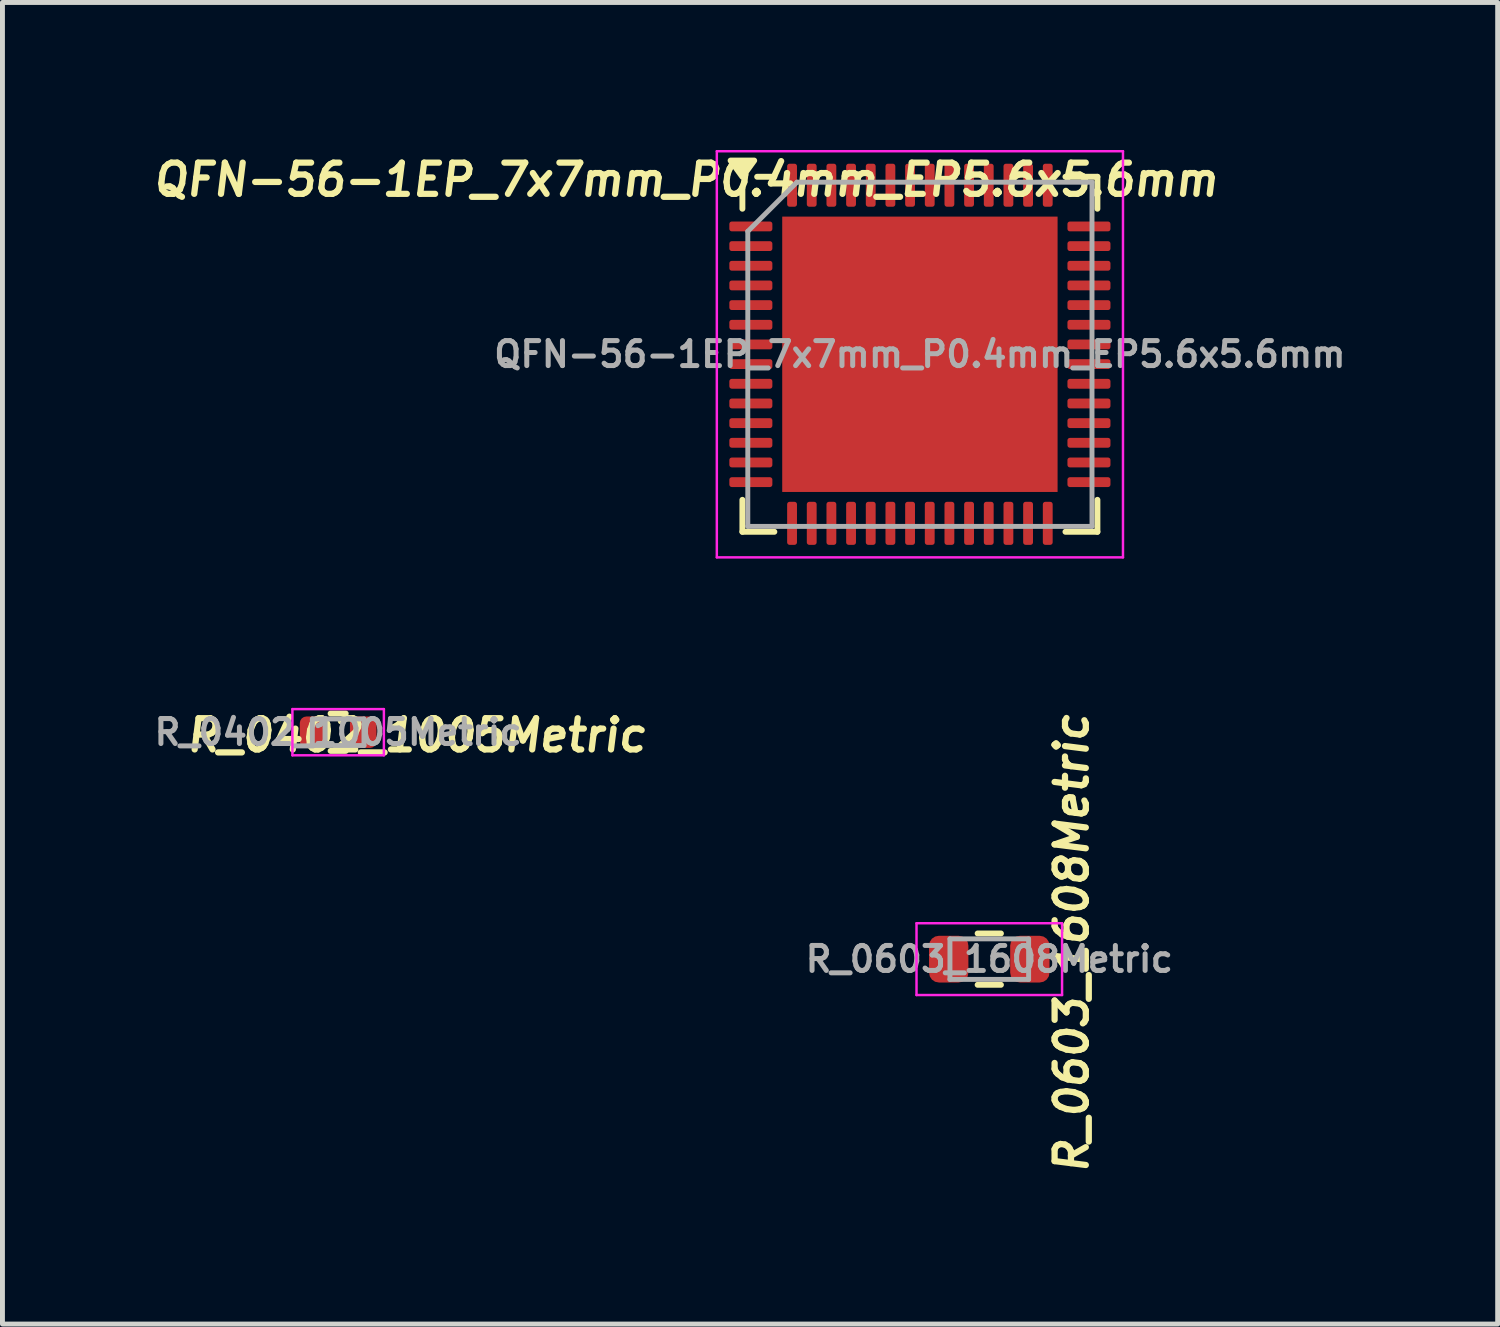
<source format=kicad_pcb>
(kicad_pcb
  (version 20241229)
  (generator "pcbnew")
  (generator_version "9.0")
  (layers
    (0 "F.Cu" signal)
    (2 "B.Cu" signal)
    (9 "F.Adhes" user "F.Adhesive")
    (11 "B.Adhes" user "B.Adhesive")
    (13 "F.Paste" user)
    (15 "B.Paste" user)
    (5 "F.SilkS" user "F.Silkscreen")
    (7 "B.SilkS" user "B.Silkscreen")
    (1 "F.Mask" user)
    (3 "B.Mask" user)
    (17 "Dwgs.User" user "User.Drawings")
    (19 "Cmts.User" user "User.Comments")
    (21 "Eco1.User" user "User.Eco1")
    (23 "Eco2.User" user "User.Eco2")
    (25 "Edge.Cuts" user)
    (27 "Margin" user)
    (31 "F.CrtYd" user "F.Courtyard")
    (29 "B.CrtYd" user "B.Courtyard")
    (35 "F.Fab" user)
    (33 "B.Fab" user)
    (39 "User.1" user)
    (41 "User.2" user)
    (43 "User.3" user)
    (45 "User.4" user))
  (footprint "QFN-56-1EP_7x7mm_P0.4mm_EP5.6x5.6mm"
    (layer "F.Cu")
    (at 15.658 4.155)
    (property "Reference" "QFN-56-1EP_7x7mm_P0.4mm_EP5.6x5.6mm" (at -4.761 -3.55 0) (unlocked yes) (layer "F.SilkS") (effects (font (size 0.635 0.635) (thickness 0.127) (italic yes))))
    (attr smd)
    (fp_line (start -3.61 -2.96) (end -3.61 -3.37) (stroke (width 0.12) (type solid)) (layer "F.SilkS"))
    (fp_line (start -3.61 3.61) (end -3.61 2.96) (stroke (width 0.12) (type solid)) (layer "F.SilkS"))
    (fp_line (start -2.96 -3.61) (end -3.31 -3.61) (stroke (width 0.12) (type solid)) (layer "F.SilkS"))
    (fp_line (start -2.96 3.61) (end -3.61 3.61) (stroke (width 0.12) (type solid)) (layer "F.SilkS"))
    (fp_line (start 2.96 -3.61) (end 3.61 -3.61) (stroke (width 0.12) (type solid)) (layer "F.SilkS"))
    (fp_line (start 2.96 3.61) (end 3.61 3.61) (stroke (width 0.12) (type solid)) (layer "F.SilkS"))
    (fp_line (start 3.61 -3.61) (end 3.61 -2.96) (stroke (width 0.12) (type solid)) (layer "F.SilkS"))
    (fp_line (start 3.61 3.61) (end 3.61 2.96) (stroke (width 0.12) (type solid)) (layer "F.SilkS"))
    (fp_poly (pts (xy -3.61 -3.61) (xy -3.85 -3.94) (xy -3.37 -3.94) (xy -3.61 -3.61)) (stroke (width 0.12) (type solid)) (fill yes) (layer "F.SilkS"))
    (fp_line (start -4.13 -4.13) (end -4.13 4.13) (stroke (width 0.05) (type solid)) (layer "F.CrtYd"))
    (fp_line (start -4.13 4.13) (end 4.13 4.13) (stroke (width 0.05) (type solid)) (layer "F.CrtYd"))
    (fp_line (start 4.13 -4.13) (end -4.13 -4.13) (stroke (width 0.05) (type solid)) (layer "F.CrtYd"))
    (fp_line (start 4.13 4.13) (end 4.13 -4.13) (stroke (width 0.05) (type solid)) (layer "F.CrtYd"))
    (fp_line (start -3.5 -2.5) (end -2.5 -3.5) (stroke (width 0.1) (type solid)) (layer "F.Fab"))
    (fp_line (start -3.5 3.5) (end -3.5 -2.5) (stroke (width 0.1) (type solid)) (layer "F.Fab"))
    (fp_line (start -2.5 -3.5) (end 3.5 -3.5) (stroke (width 0.1) (type solid)) (layer "F.Fab"))
    (fp_line (start 3.5 -3.5) (end 3.5 3.5) (stroke (width 0.1) (type solid)) (layer "F.Fab"))
    (fp_line (start 3.5 3.5) (end -3.5 3.5) (stroke (width 0.1) (type solid)) (layer "F.Fab"))
    (fp_text user "${REFERENCE}" (at 0 0 0) (unlocked yes) (layer "F.Fab") (effects (font (size 0.508 0.508) (thickness 0.102))))
    (pad "" smd roundrect (at -2.1 -2.1) (size 1.13 1.13) (layers "F.Paste") (roundrect_rratio 0.221))
    (pad "" smd roundrect (at -2.1 -0.7) (size 1.13 1.13) (layers "F.Paste") (roundrect_rratio 0.221))
    (pad "" smd roundrect (at -2.1 0.7) (size 1.13 1.13) (layers "F.Paste") (roundrect_rratio 0.221))
    (pad "" smd roundrect (at -2.1 2.1) (size 1.13 1.13) (layers "F.Paste") (roundrect_rratio 0.221))
    (pad "" smd roundrect (at -0.7 -2.1) (size 1.13 1.13) (layers "F.Paste") (roundrect_rratio 0.221))
    (pad "" smd roundrect (at -0.7 -0.7) (size 1.13 1.13) (layers "F.Paste") (roundrect_rratio 0.221))
    (pad "" smd roundrect (at -0.7 0.7) (size 1.13 1.13) (layers "F.Paste") (roundrect_rratio 0.221))
    (pad "" smd roundrect (at -0.7 2.1) (size 1.13 1.13) (layers "F.Paste") (roundrect_rratio 0.221))
    (pad "" smd roundrect (at 0.7 -2.1) (size 1.13 1.13) (layers "F.Paste") (roundrect_rratio 0.221))
    (pad "" smd roundrect (at 0.7 -0.7) (size 1.13 1.13) (layers "F.Paste") (roundrect_rratio 0.221))
    (pad "" smd roundrect (at 0.7 0.7) (size 1.13 1.13) (layers "F.Paste") (roundrect_rratio 0.221))
    (pad "" smd roundrect (at 0.7 2.1) (size 1.13 1.13) (layers "F.Paste") (roundrect_rratio 0.221))
    (pad "" smd roundrect (at 2.1 -2.1) (size 1.13 1.13) (layers "F.Paste") (roundrect_rratio 0.221))
    (pad "" smd roundrect (at 2.1 -0.7) (size 1.13 1.13) (layers "F.Paste") (roundrect_rratio 0.221))
    (pad "" smd roundrect (at 2.1 0.7) (size 1.13 1.13) (layers "F.Paste") (roundrect_rratio 0.221))
    (pad "" smd roundrect (at 2.1 2.1) (size 1.13 1.13) (layers "F.Paste") (roundrect_rratio 0.221))
    (pad "1" smd roundrect (at -3.438 -2.6) (size 0.875 0.2) (layers "F.Cu" "F.Mask" "F.Paste") (roundrect_rratio 0.25))
    (pad "2" smd roundrect (at -3.438 -2.2) (size 0.875 0.2) (layers "F.Cu" "F.Mask" "F.Paste") (roundrect_rratio 0.25))
    (pad "3" smd roundrect (at -3.438 -1.8) (size 0.875 0.2) (layers "F.Cu" "F.Mask" "F.Paste") (roundrect_rratio 0.25))
    (pad "4" smd roundrect (at -3.438 -1.4) (size 0.875 0.2) (layers "F.Cu" "F.Mask" "F.Paste") (roundrect_rratio 0.25))
    (pad "5" smd roundrect (at -3.438 -1) (size 0.875 0.2) (layers "F.Cu" "F.Mask" "F.Paste") (roundrect_rratio 0.25))
    (pad "6" smd roundrect (at -3.438 -0.6) (size 0.875 0.2) (layers "F.Cu" "F.Mask" "F.Paste") (roundrect_rratio 0.25))
    (pad "7" smd roundrect (at -3.438 -0.2) (size 0.875 0.2) (layers "F.Cu" "F.Mask" "F.Paste") (roundrect_rratio 0.25))
    (pad "8" smd roundrect (at -3.438 0.2) (size 0.875 0.2) (layers "F.Cu" "F.Mask" "F.Paste") (roundrect_rratio 0.25))
    (pad "9" smd roundrect (at -3.438 0.6) (size 0.875 0.2) (layers "F.Cu" "F.Mask" "F.Paste") (roundrect_rratio 0.25))
    (pad "10" smd roundrect (at -3.438 1) (size 0.875 0.2) (layers "F.Cu" "F.Mask" "F.Paste") (roundrect_rratio 0.25))
    (pad "11" smd roundrect (at -3.438 1.4) (size 0.875 0.2) (layers "F.Cu" "F.Mask" "F.Paste") (roundrect_rratio 0.25))
    (pad "12" smd roundrect (at -3.438 1.8) (size 0.875 0.2) (layers "F.Cu" "F.Mask" "F.Paste") (roundrect_rratio 0.25))
    (pad "13" smd roundrect (at -3.438 2.2) (size 0.875 0.2) (layers "F.Cu" "F.Mask" "F.Paste") (roundrect_rratio 0.25))
    (pad "14" smd roundrect (at -3.438 2.6) (size 0.875 0.2) (layers "F.Cu" "F.Mask" "F.Paste") (roundrect_rratio 0.25))
    (pad "15" smd roundrect (at -2.6 3.438) (size 0.2 0.875) (layers "F.Cu" "F.Mask" "F.Paste") (roundrect_rratio 0.25))
    (pad "16" smd roundrect (at -2.2 3.438) (size 0.2 0.875) (layers "F.Cu" "F.Mask" "F.Paste") (roundrect_rratio 0.25))
    (pad "17" smd roundrect (at -1.8 3.438) (size 0.2 0.875) (layers "F.Cu" "F.Mask" "F.Paste") (roundrect_rratio 0.25))
    (pad "18" smd roundrect (at -1.4 3.438) (size 0.2 0.875) (layers "F.Cu" "F.Mask" "F.Paste") (roundrect_rratio 0.25))
    (pad "19" smd roundrect (at -1 3.438) (size 0.2 0.875) (layers "F.Cu" "F.Mask" "F.Paste") (roundrect_rratio 0.25))
    (pad "20" smd roundrect (at -0.6 3.438) (size 0.2 0.875) (layers "F.Cu" "F.Mask" "F.Paste") (roundrect_rratio 0.25))
    (pad "21" smd roundrect (at -0.2 3.438) (size 0.2 0.875) (layers "F.Cu" "F.Mask" "F.Paste") (roundrect_rratio 0.25))
    (pad "22" smd roundrect (at 0.2 3.438) (size 0.2 0.875) (layers "F.Cu" "F.Mask" "F.Paste") (roundrect_rratio 0.25))
    (pad "23" smd roundrect (at 0.6 3.438) (size 0.2 0.875) (layers "F.Cu" "F.Mask" "F.Paste") (roundrect_rratio 0.25))
    (pad "24" smd roundrect (at 1 3.438) (size 0.2 0.875) (layers "F.Cu" "F.Mask" "F.Paste") (roundrect_rratio 0.25))
    (pad "25" smd roundrect (at 1.4 3.438) (size 0.2 0.875) (layers "F.Cu" "F.Mask" "F.Paste") (roundrect_rratio 0.25))
    (pad "26" smd roundrect (at 1.8 3.438) (size 0.2 0.875) (layers "F.Cu" "F.Mask" "F.Paste") (roundrect_rratio 0.25))
    (pad "27" smd roundrect (at 2.2 3.438) (size 0.2 0.875) (layers "F.Cu" "F.Mask" "F.Paste") (roundrect_rratio 0.25))
    (pad "28" smd roundrect (at 2.6 3.438) (size 0.2 0.875) (layers "F.Cu" "F.Mask" "F.Paste") (roundrect_rratio 0.25))
    (pad "29" smd roundrect (at 3.438 2.6) (size 0.875 0.2) (layers "F.Cu" "F.Mask" "F.Paste") (roundrect_rratio 0.25))
    (pad "30" smd roundrect (at 3.438 2.2) (size 0.875 0.2) (layers "F.Cu" "F.Mask" "F.Paste") (roundrect_rratio 0.25))
    (pad "31" smd roundrect (at 3.438 1.8) (size 0.875 0.2) (layers "F.Cu" "F.Mask" "F.Paste") (roundrect_rratio 0.25))
    (pad "32" smd roundrect (at 3.438 1.4) (size 0.875 0.2) (layers "F.Cu" "F.Mask" "F.Paste") (roundrect_rratio 0.25))
    (pad "33" smd roundrect (at 3.438 1) (size 0.875 0.2) (layers "F.Cu" "F.Mask" "F.Paste") (roundrect_rratio 0.25))
    (pad "34" smd roundrect (at 3.438 0.6) (size 0.875 0.2) (layers "F.Cu" "F.Mask" "F.Paste") (roundrect_rratio 0.25))
    (pad "35" smd roundrect (at 3.438 0.2) (size 0.875 0.2) (layers "F.Cu" "F.Mask" "F.Paste") (roundrect_rratio 0.25))
    (pad "36" smd roundrect (at 3.438 -0.2) (size 0.875 0.2) (layers "F.Cu" "F.Mask" "F.Paste") (roundrect_rratio 0.25))
    (pad "37" smd roundrect (at 3.438 -0.6) (size 0.875 0.2) (layers "F.Cu" "F.Mask" "F.Paste") (roundrect_rratio 0.25))
    (pad "38" smd roundrect (at 3.438 -1) (size 0.875 0.2) (layers "F.Cu" "F.Mask" "F.Paste") (roundrect_rratio 0.25))
    (pad "39" smd roundrect (at 3.438 -1.4) (size 0.875 0.2) (layers "F.Cu" "F.Mask" "F.Paste") (roundrect_rratio 0.25))
    (pad "40" smd roundrect (at 3.438 -1.8) (size 0.875 0.2) (layers "F.Cu" "F.Mask" "F.Paste") (roundrect_rratio 0.25))
    (pad "41" smd roundrect (at 3.438 -2.2) (size 0.875 0.2) (layers "F.Cu" "F.Mask" "F.Paste") (roundrect_rratio 0.25))
    (pad "42" smd roundrect (at 3.438 -2.6) (size 0.875 0.2) (layers "F.Cu" "F.Mask" "F.Paste") (roundrect_rratio 0.25))
    (pad "43" smd roundrect (at 2.6 -3.438) (size 0.2 0.875) (layers "F.Cu" "F.Mask" "F.Paste") (roundrect_rratio 0.25))
    (pad "44" smd roundrect (at 2.2 -3.438) (size 0.2 0.875) (layers "F.Cu" "F.Mask" "F.Paste") (roundrect_rratio 0.25))
    (pad "45" smd roundrect (at 1.8 -3.438) (size 0.2 0.875) (layers "F.Cu" "F.Mask" "F.Paste") (roundrect_rratio 0.25))
    (pad "46" smd roundrect (at 1.4 -3.438) (size 0.2 0.875) (layers "F.Cu" "F.Mask" "F.Paste") (roundrect_rratio 0.25))
    (pad "47" smd roundrect (at 1 -3.438) (size 0.2 0.875) (layers "F.Cu" "F.Mask" "F.Paste") (roundrect_rratio 0.25))
    (pad "48" smd roundrect (at 0.6 -3.438) (size 0.2 0.875) (layers "F.Cu" "F.Mask" "F.Paste") (roundrect_rratio 0.25))
    (pad "49" smd roundrect (at 0.2 -3.438) (size 0.2 0.875) (layers "F.Cu" "F.Mask" "F.Paste") (roundrect_rratio 0.25))
    (pad "50" smd roundrect (at -0.2 -3.438) (size 0.2 0.875) (layers "F.Cu" "F.Mask" "F.Paste") (roundrect_rratio 0.25))
    (pad "51" smd roundrect (at -0.6 -3.438) (size 0.2 0.875) (layers "F.Cu" "F.Mask" "F.Paste") (roundrect_rratio 0.25))
    (pad "52" smd roundrect (at -1 -3.438) (size 0.2 0.875) (layers "F.Cu" "F.Mask" "F.Paste") (roundrect_rratio 0.25))
    (pad "53" smd roundrect (at -1.4 -3.438) (size 0.2 0.875) (layers "F.Cu" "F.Mask" "F.Paste") (roundrect_rratio 0.25))
    (pad "54" smd roundrect (at -1.8 -3.438) (size 0.2 0.875) (layers "F.Cu" "F.Mask" "F.Paste") (roundrect_rratio 0.25))
    (pad "55" smd roundrect (at -2.2 -3.438) (size 0.2 0.875) (layers "F.Cu" "F.Mask" "F.Paste") (roundrect_rratio 0.25))
    (pad "56" smd roundrect (at -2.6 -3.438) (size 0.2 0.875) (layers "F.Cu" "F.Mask" "F.Paste") (roundrect_rratio 0.25))
    (pad "57" smd rect (at 0 0) (size 5.6 5.6) (property pad_prop_heatsink) (layers "F.Cu" "F.Mask")))
  (footprint "R_0603_1608Metric"
    (layer "F.Cu")
    (at 17.069 16.456)
    (property "Reference" "R_0603_1608Metric" (at 1.676 -0.323 90) (unlocked yes) (layer "F.SilkS") (effects (font (size 0.635 0.635) (thickness 0.127) (italic yes))))
    (attr smd)
    (fp_line (start -0.237 -0.522) (end 0.237 -0.522) (stroke (width 0.12) (type solid)) (layer "F.SilkS"))
    (fp_line (start -0.237 0.522) (end 0.237 0.522) (stroke (width 0.12) (type solid)) (layer "F.SilkS"))
    (fp_line (start -1.48 -0.73) (end 1.48 -0.73) (stroke (width 0.05) (type solid)) (layer "F.CrtYd"))
    (fp_line (start -1.48 0.73) (end -1.48 -0.73) (stroke (width 0.05) (type solid)) (layer "F.CrtYd"))
    (fp_line (start 1.48 -0.73) (end 1.48 0.73) (stroke (width 0.05) (type solid)) (layer "F.CrtYd"))
    (fp_line (start 1.48 0.73) (end -1.48 0.73) (stroke (width 0.05) (type solid)) (layer "F.CrtYd"))
    (fp_line (start -0.8 -0.412) (end 0.8 -0.412) (stroke (width 0.1) (type solid)) (layer "F.Fab"))
    (fp_line (start -0.8 0.412) (end -0.8 -0.412) (stroke (width 0.1) (type solid)) (layer "F.Fab"))
    (fp_line (start 0.8 -0.412) (end 0.8 0.412) (stroke (width 0.1) (type solid)) (layer "F.Fab"))
    (fp_line (start 0.8 0.412) (end -0.8 0.412) (stroke (width 0.1) (type solid)) (layer "F.Fab"))
    (fp_text user "${REFERENCE}" (at 0 0 0) (unlocked yes) (layer "F.Fab") (effects (font (size 0.508 0.508) (thickness 0.102))))
    (pad "1" smd roundrect (at -0.825 0) (size 0.8 0.95) (layers "F.Cu" "F.Mask" "F.Paste") (roundrect_rratio 0.25))
    (pad "2" smd roundrect (at 0.825 0) (size 0.8 0.95) (layers "F.Cu" "F.Mask" "F.Paste") (roundrect_rratio 0.25)))
  (footprint "R_0402_1005Metric"
    (layer "F.Cu")
    (at 3.827 11.841)
    (property "Reference" "R_0402_1005Metric" (at 1.591 0.063 0) (unlocked yes) (layer "F.SilkS") (effects (font (size 0.635 0.635) (thickness 0.127) (italic yes))))
    (attr smd)
    (fp_line (start -0.154 -0.38) (end 0.154 -0.38) (stroke (width 0.12) (type solid)) (layer "F.SilkS"))
    (fp_line (start -0.154 0.38) (end 0.154 0.38) (stroke (width 0.12) (type solid)) (layer "F.SilkS"))
    (fp_line (start -0.93 -0.47) (end 0.93 -0.47) (stroke (width 0.05) (type solid)) (layer "F.CrtYd"))
    (fp_line (start -0.93 0.47) (end -0.93 -0.47) (stroke (width 0.05) (type solid)) (layer "F.CrtYd"))
    (fp_line (start 0.93 -0.47) (end 0.93 0.47) (stroke (width 0.05) (type solid)) (layer "F.CrtYd"))
    (fp_line (start 0.93 0.47) (end -0.93 0.47) (stroke (width 0.05) (type solid)) (layer "F.CrtYd"))
    (fp_line (start -0.525 -0.27) (end 0.525 -0.27) (stroke (width 0.1) (type solid)) (layer "F.Fab"))
    (fp_line (start -0.525 0.27) (end -0.525 -0.27) (stroke (width 0.1) (type solid)) (layer "F.Fab"))
    (fp_line (start 0.525 -0.27) (end 0.525 0.27) (stroke (width 0.1) (type solid)) (layer "F.Fab"))
    (fp_line (start 0.525 0.27) (end -0.525 0.27) (stroke (width 0.1) (type solid)) (layer "F.Fab"))
    (fp_text user "${REFERENCE}" (at 0 0 0) (unlocked yes) (layer "F.Fab") (effects (font (size 0.508 0.508) (thickness 0.102))))
    (pad "1" smd roundrect (at -0.51 0) (size 0.54 0.64) (layers "F.Cu" "F.Mask" "F.Paste") (roundrect_rratio 0.25))
    (pad "2" smd roundrect (at 0.51 0) (size 0.54 0.64) (layers "F.Cu" "F.Mask" "F.Paste") (roundrect_rratio 0.25)))
  (gr_rect
    (start -3 -3)
    (end 27.408 23.877)
    (stroke (width 0.1) (type default))
    (fill no)
    (layer "Edge.Cuts")))
</source>
